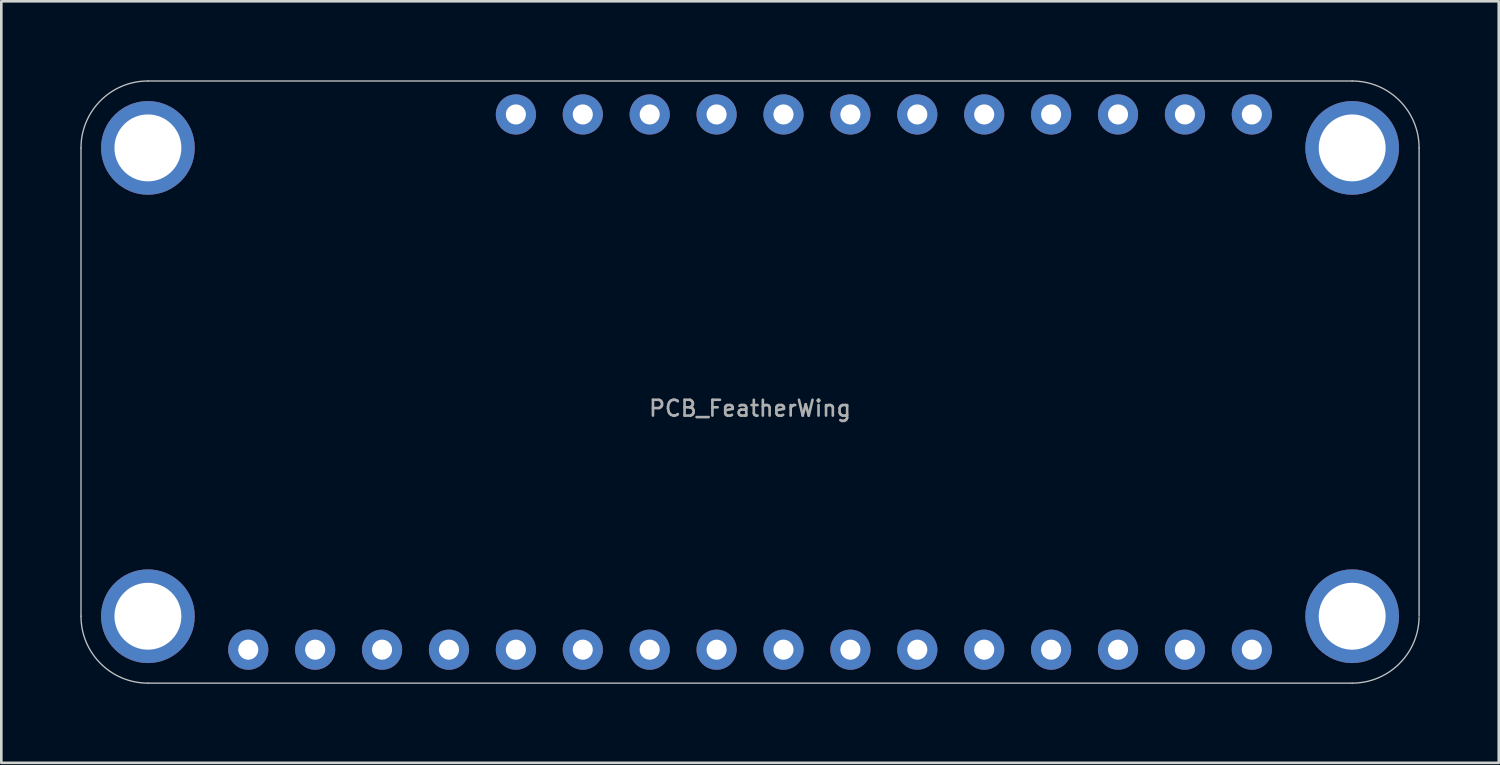
<source format=kicad_pcb>
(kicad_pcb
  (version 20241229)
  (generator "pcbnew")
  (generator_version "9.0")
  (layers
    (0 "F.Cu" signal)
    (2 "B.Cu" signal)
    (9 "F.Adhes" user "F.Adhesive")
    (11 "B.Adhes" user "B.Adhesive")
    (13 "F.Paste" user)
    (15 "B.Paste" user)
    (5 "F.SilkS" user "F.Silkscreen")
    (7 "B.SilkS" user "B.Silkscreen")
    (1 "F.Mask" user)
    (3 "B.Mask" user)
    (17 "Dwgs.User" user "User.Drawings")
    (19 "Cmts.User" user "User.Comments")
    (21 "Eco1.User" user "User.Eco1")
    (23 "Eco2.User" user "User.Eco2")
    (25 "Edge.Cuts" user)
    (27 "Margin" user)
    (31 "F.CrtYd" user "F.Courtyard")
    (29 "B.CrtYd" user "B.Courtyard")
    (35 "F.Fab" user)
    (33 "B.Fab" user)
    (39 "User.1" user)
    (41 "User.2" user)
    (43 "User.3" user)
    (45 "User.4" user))
  (footprint "PCB_FeatherWing"
    (layer "F.Cu")
    (at 25.425 11.455)
    (property "Reference" "PCB_FeatherWing" (at 0 1 0) (layer "F.Fab") (effects (font (size 0.6 0.6) (thickness 0.1))))
    (attr through_hole)
    (fp_line (start -25.4 -8.89) (end -25.4 8.89) (stroke (width 0.05) (type solid)) (layer "Dwgs.User"))
    (fp_line (start -22.86 11.43) (end 22.86 11.43) (stroke (width 0.05) (type solid)) (layer "Dwgs.User"))
    (fp_line (start 22.86 -11.43) (end -22.86 -11.43) (stroke (width 0.05) (type solid)) (layer "Dwgs.User"))
    (fp_line (start 25.4 8.89) (end 25.4 -8.89) (stroke (width 0.05) (type solid)) (layer "Dwgs.User"))
    (fp_arc (start -25.4 -8.89) (mid -24.656051 -10.686051) (end -22.86 -11.43) (stroke (width 0.05) (type solid)) (layer "Dwgs.User"))
    (fp_arc (start -22.86 11.43) (mid -24.656051 10.686051) (end -25.4 8.89) (stroke (width 0.05) (type solid)) (layer "Dwgs.User"))
    (fp_arc (start 22.86 -11.43) (mid 24.656051 -10.686051) (end 25.4 -8.89) (stroke (width 0.05) (type solid)) (layer "Dwgs.User"))
    (fp_arc (start 25.399532 8.938762) (mid 24.638728 10.703209) (end 22.86 11.43) (stroke (width 0.05) (type solid)) (layer "Dwgs.User"))
    (pad "" np_thru_hole circle (at -22.86 -8.89) (size 3.556 3.556) (drill 2.54) (layers "*.Cu" "*.Mask"))
    (pad "" np_thru_hole circle (at -22.86 8.89) (size 3.556 3.556) (drill 2.54) (layers "*.Cu" "*.Mask"))
    (pad "" np_thru_hole circle (at 22.86 -8.89) (size 3.556 3.556) (drill 2.54) (layers "*.Cu" "*.Mask"))
    (pad "" np_thru_hole circle (at 22.86 8.89) (size 3.556 3.556) (drill 2.54) (layers "*.Cu" "*.Mask"))
    (pad "3V3" thru_hole circle (at -16.51 10.16) (size 1.524 1.524) (drill 0.762) (layers "*.Cu" "*.Mask"))
    (pad "7" thru_hole circle (at 19.05 10.16) (size 1.524 1.524) (drill 0.762) (layers "*.Cu" "*.Mask"))
    (pad "A0" thru_hole circle (at -8.89 10.16) (size 1.524 1.524) (drill 0.762) (layers "*.Cu" "*.Mask"))
    (pad "A1" thru_hole circle (at -6.35 10.16) (size 1.524 1.524) (drill 0.762) (layers "*.Cu" "*.Mask"))
    (pad "A2" thru_hole circle (at -3.81 10.16) (size 1.524 1.524) (drill 0.762) (layers "*.Cu" "*.Mask"))
    (pad "A3" thru_hole circle (at -1.27 10.16) (size 1.524 1.524) (drill 0.762) (layers "*.Cu" "*.Mask"))
    (pad "A4" thru_hole circle (at 1.27 10.16) (size 1.524 1.524) (drill 0.762) (layers "*.Cu" "*.Mask"))
    (pad "A5" thru_hole circle (at 3.81 10.16) (size 1.524 1.524) (drill 0.762) (layers "*.Cu" "*.Mask"))
    (pad "D2" thru_hole circle (at 13.97 -10.16) (size 1.524 1.524) (drill 0.762) (layers "*.Cu" "*.Mask"))
    (pad "D3" thru_hole circle (at 11.43 -10.16) (size 1.524 1.524) (drill 0.762) (layers "*.Cu" "*.Mask"))
    (pad "D4" thru_hole circle (at 8.89 -10.16) (size 1.524 1.524) (drill 0.762) (layers "*.Cu" "*.Mask"))
    (pad "D5" thru_hole circle (at 6.35 -10.16) (size 1.524 1.524) (drill 0.762) (layers "*.Cu" "*.Mask"))
    (pad "D6" thru_hole circle (at 3.81 -10.16) (size 1.524 1.524) (drill 0.762) (layers "*.Cu" "*.Mask"))
    (pad "D7" thru_hole circle (at 1.27 -10.16) (size 1.524 1.524) (drill 0.762) (layers "*.Cu" "*.Mask"))
    (pad "D8" thru_hole circle (at -1.27 -10.16) (size 1.524 1.524) (drill 0.762) (layers "*.Cu" "*.Mask"))
    (pad "EN" thru_hole circle (at -6.35 -10.16) (size 1.524 1.524) (drill 0.762) (layers "*.Cu" "*.Mask"))
    (pad "GND" thru_hole circle (at -11.43 10.16) (size 1.524 1.524) (drill 0.762) (layers "*.Cu" "*.Mask"))
    (pad "LI+" thru_hole circle (at -8.89 -10.16) (size 1.524 1.524) (drill 0.762) (layers "*.Cu" "*.Mask"))
    (pad "MD" thru_hole circle (at -13.97 10.16) (size 1.524 1.524) (drill 0.762) (layers "*.Cu" "*.Mask"))
    (pad "MI" thru_hole circle (at 11.43 10.16) (size 1.524 1.524) (drill 0.762) (layers "*.Cu" "*.Mask"))
    (pad "MO" thru_hole circle (at 8.89 10.16) (size 1.524 1.524) (drill 0.762) (layers "*.Cu" "*.Mask"))
    (pad "RESET" thru_hole circle (at -19.05 10.16) (size 1.524 1.524) (drill 0.762) (layers "*.Cu" "*.Mask"))
    (pad "RX" thru_hole circle (at 13.97 10.16) (size 1.524 1.524) (drill 0.762) (layers "*.Cu" "*.Mask"))
    (pad "SCK" thru_hole circle (at 6.35 10.16) (size 1.524 1.524) (drill 0.762) (layers "*.Cu" "*.Mask"))
    (pad "SCL" thru_hole circle (at 16.51 -10.16) (size 1.524 1.524) (drill 0.762) (layers "*.Cu" "*.Mask"))
    (pad "SDA" thru_hole circle (at 19.05 -10.16) (size 1.524 1.524) (drill 0.762) (layers "*.Cu" "*.Mask"))
    (pad "TX" thru_hole circle (at 16.51 10.16) (size 1.524 1.524) (drill 0.762) (layers "*.Cu" "*.Mask"))
    (pad "VUSB" thru_hole circle (at -3.81 -10.16) (size 1.524 1.524) (drill 0.762) (layers "*.Cu" "*.Mask")))
  (gr_rect
    (start -3 -3)
    (end 53.85 25.91)
    (stroke (width 0.1) (type default))
    (fill no)
    (layer "Edge.Cuts")))
</source>
